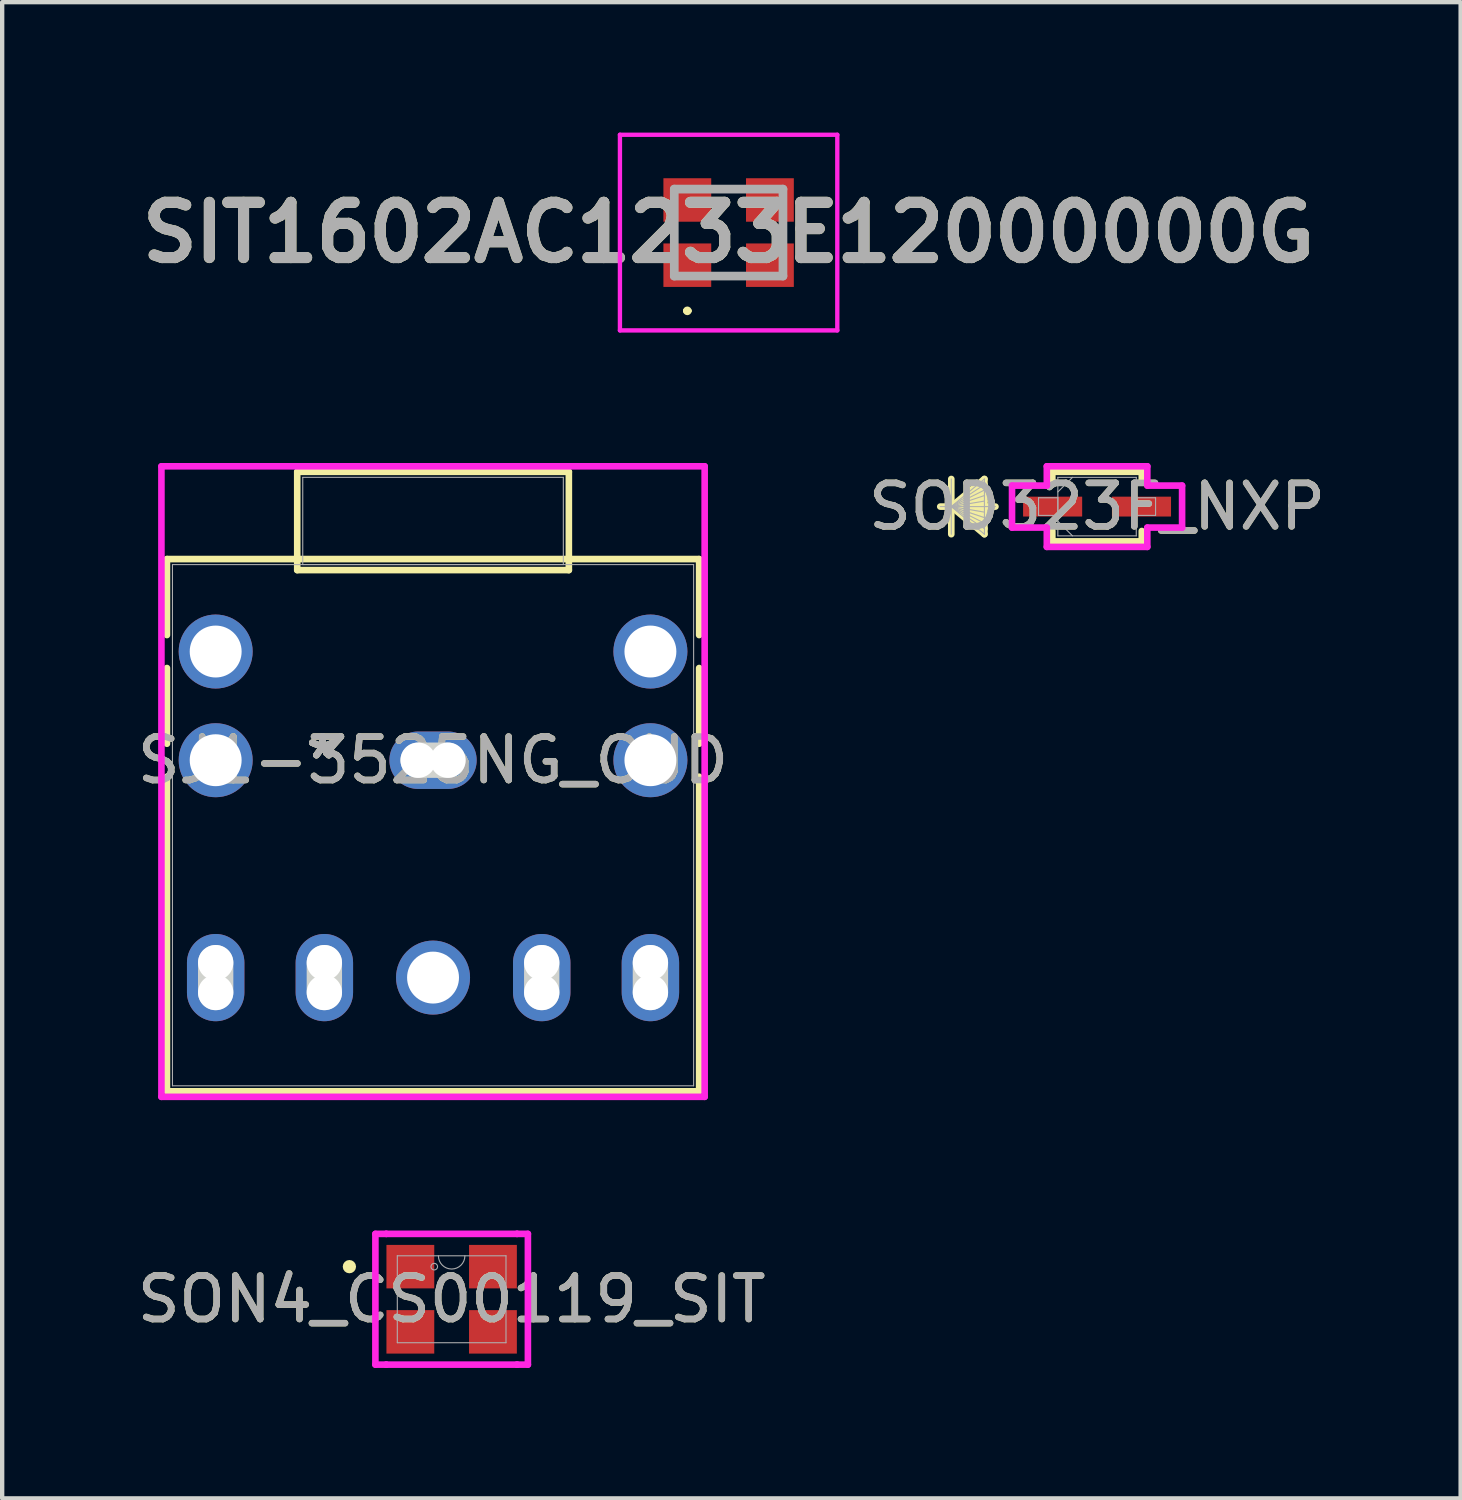
<source format=kicad_pcb>
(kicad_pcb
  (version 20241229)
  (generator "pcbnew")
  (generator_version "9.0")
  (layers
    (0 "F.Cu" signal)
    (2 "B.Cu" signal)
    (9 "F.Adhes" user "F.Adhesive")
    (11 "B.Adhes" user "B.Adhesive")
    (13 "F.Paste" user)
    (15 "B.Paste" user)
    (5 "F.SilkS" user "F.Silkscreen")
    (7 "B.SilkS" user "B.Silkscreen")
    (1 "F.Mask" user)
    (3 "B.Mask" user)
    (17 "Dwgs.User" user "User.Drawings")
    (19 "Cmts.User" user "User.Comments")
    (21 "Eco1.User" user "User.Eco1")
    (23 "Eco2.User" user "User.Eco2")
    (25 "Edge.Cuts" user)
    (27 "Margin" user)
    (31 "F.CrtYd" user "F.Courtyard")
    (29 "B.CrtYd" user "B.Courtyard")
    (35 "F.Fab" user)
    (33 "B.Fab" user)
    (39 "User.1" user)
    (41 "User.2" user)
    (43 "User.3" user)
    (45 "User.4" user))
  (footprint "SON4_CS00119_SIT"
    (layer "F.Cu")
    (at 7.339 26.836)
    (property "Reference" "SON4_CS00119_SIT" (at 0 0 0) (unlocked yes) (layer "F.SilkS") (effects (font (size 1 1) (thickness 0.15))))
    (attr smd)
    (fp_circle (center -2.352 -0.75) (end -2.275 -0.75) (stroke (width 0.152) (type solid)) (fill no) (layer "F.SilkS"))
    (fp_line (start -1.754 -1.504) (end -1.504 -1.504) (stroke (width 0.152) (type solid)) (layer "F.CrtYd"))
    (fp_line (start -1.754 1.504) (end -1.754 -1.504) (stroke (width 0.152) (type solid)) (layer "F.CrtYd"))
    (fp_line (start -1.754 1.504) (end -1.504 1.504) (stroke (width 0.152) (type solid)) (layer "F.CrtYd"))
    (fp_line (start -1.504 -1.504) (end -1.504 -1.504) (stroke (width 0.152) (type solid)) (layer "F.CrtYd"))
    (fp_line (start -1.504 -1.504) (end 1.504 -1.504) (stroke (width 0.152) (type solid)) (layer "F.CrtYd"))
    (fp_line (start -1.504 1.504) (end -1.504 1.504) (stroke (width 0.152) (type solid)) (layer "F.CrtYd"))
    (fp_line (start 1.504 -1.504) (end 1.504 -1.504) (stroke (width 0.152) (type solid)) (layer "F.CrtYd"))
    (fp_line (start 1.504 1.504) (end -1.504 1.504) (stroke (width 0.152) (type solid)) (layer "F.CrtYd"))
    (fp_line (start 1.504 1.504) (end 1.504 1.504) (stroke (width 0.152) (type solid)) (layer "F.CrtYd"))
    (fp_line (start 1.754 -1.504) (end 1.504 -1.504) (stroke (width 0.152) (type solid)) (layer "F.CrtYd"))
    (fp_line (start 1.754 -1.504) (end 1.754 1.504) (stroke (width 0.152) (type solid)) (layer "F.CrtYd"))
    (fp_line (start 1.754 1.504) (end 1.504 1.504) (stroke (width 0.152) (type solid)) (layer "F.CrtYd"))
    (fp_line (start -1.25 -1) (end -1.25 1) (stroke (width 0.025) (type solid)) (layer "F.Fab"))
    (fp_line (start -1.25 1) (end 1.25 1) (stroke (width 0.025) (type solid)) (layer "F.Fab"))
    (fp_line (start 1.25 -1) (end -1.25 -1) (stroke (width 0.025) (type solid)) (layer "F.Fab"))
    (fp_line (start 1.25 1) (end 1.25 -1) (stroke (width 0.025) (type solid)) (layer "F.Fab"))
    (fp_arc (start 0.3048 -1) (mid 0 -0.6952) (end -0.3048 -1) (stroke (width 0.0254) (type solid)) (layer "F.Fab"))
    (fp_circle (center -0.4 -0.75) (end -0.324 -0.75) (stroke (width 0.025) (type solid)) (fill no) (layer "F.Fab"))
    (fp_text user "${REFERENCE}" (at 0 0 0) (unlocked yes) (layer "F.Fab") (effects (font (size 1 1) (thickness 0.15))))
    (pad "1" smd rect (at -0.95 0.75) (size 1.1 1) (layers "F.Cu" "F.Mask" "F.Paste"))
    (pad "2" smd rect (at 0.95 0.75) (size 1.1 1) (layers "F.Cu" "F.Mask" "F.Paste"))
    (pad "3" smd rect (at 0.95 -0.75) (size 1.1 1) (layers "F.Cu" "F.Mask" "F.Paste"))
    (pad "4" smd rect (at -0.95 -0.75) (size 1.1 1) (layers "F.Cu" "F.Mask" "F.Paste")))
  (footprint "SIT1602AC1233E12000000G"
    (layer "F.Cu")
    (at 13.71 2.3)
    (property "Reference" "SIT1602AC1233E12000000G" (at 0 0 0) (layer "F.SilkS") (effects (font (size 1.27 1.27) (thickness 0.254))))
    (attr smd)
    (fp_line (start -1 1.8) (end -1 1.8) (stroke (width 0.1) (type solid)) (layer "F.SilkS"))
    (fp_line (start -0.9 1.8) (end -0.9 1.8) (stroke (width 0.1) (type solid)) (layer "F.SilkS"))
    (fp_arc (start -1 1.8) (mid -0.95 1.75) (end -0.9 1.8) (stroke (width 0.1) (type solid)) (layer "F.SilkS"))
    (fp_arc (start -0.9 1.8) (mid -0.95 1.85) (end -1 1.8) (stroke (width 0.1) (type solid)) (layer "F.SilkS"))
    (fp_line (start -2.5 -2.25) (end 2.5 -2.25) (stroke (width 0.1) (type solid)) (layer "F.CrtYd"))
    (fp_line (start -2.5 2.25) (end -2.5 -2.25) (stroke (width 0.1) (type solid)) (layer "F.CrtYd"))
    (fp_line (start 2.5 -2.25) (end 2.5 2.25) (stroke (width 0.1) (type solid)) (layer "F.CrtYd"))
    (fp_line (start 2.5 2.25) (end -2.5 2.25) (stroke (width 0.1) (type solid)) (layer "F.CrtYd"))
    (fp_line (start -1.25 -1) (end 1.25 -1) (stroke (width 0.2) (type solid)) (layer "F.Fab"))
    (fp_line (start -1.25 1) (end -1.25 -1) (stroke (width 0.2) (type solid)) (layer "F.Fab"))
    (fp_line (start 1.25 -1) (end 1.25 1) (stroke (width 0.2) (type solid)) (layer "F.Fab"))
    (fp_line (start 1.25 1) (end -1.25 1) (stroke (width 0.2) (type solid)) (layer "F.Fab"))
    (fp_text user "${REFERENCE}" (at 0 0 0) (layer "F.Fab") (effects (font (size 1.27 1.27) (thickness 0.254))))
    (pad "1" smd rect (at -0.95 0.75 90) (size 1 1.1) (layers "F.Cu" "F.Mask" "F.Paste"))
    (pad "2" smd rect (at 0.95 0.75 90) (size 1 1.1) (layers "F.Cu" "F.Mask" "F.Paste"))
    (pad "3" smd rect (at 0.95 -0.75 90) (size 1 1.1) (layers "F.Cu" "F.Mask" "F.Paste"))
    (pad "4" smd rect (at -0.95 -0.75 90) (size 1 1.1) (layers "F.Cu" "F.Mask" "F.Paste")))
  (footprint "SJ1-3525NG_CUD"
    (layer "F.Cu")
    (at 6.911 14.437)
    (property "Reference" "SJ1-3525NG_CUD" (at 0 0 0) (unlocked yes) (layer "F.SilkS") (effects (font (size 1 1) (thickness 0.15))))
    (attr through_hole)
    (fp_line (start -6.121 -4.627) (end -6.121 -2.879) (stroke (width 0.152) (type solid)) (layer "F.SilkS"))
    (fp_line (start -6.121 -2.121) (end -6.121 -0.379) (stroke (width 0.152) (type solid)) (layer "F.SilkS"))
    (fp_line (start -6.121 0.379) (end -6.121 7.616) (stroke (width 0.152) (type solid)) (layer "F.SilkS"))
    (fp_line (start -6.121 7.616) (end 6.121 7.616) (stroke (width 0.152) (type solid)) (layer "F.SilkS"))
    (fp_line (start -3.124 -6.634) (end -3.124 -4.373) (stroke (width 0.152) (type solid)) (layer "F.SilkS"))
    (fp_line (start -3.124 -4.373) (end 3.124 -4.373) (stroke (width 0.152) (type solid)) (layer "F.SilkS"))
    (fp_line (start 3.124 -6.634) (end -3.124 -6.634) (stroke (width 0.152) (type solid)) (layer "F.SilkS"))
    (fp_line (start 3.124 -4.373) (end 3.124 -6.634) (stroke (width 0.152) (type solid)) (layer "F.SilkS"))
    (fp_line (start 6.121 -4.627) (end -6.121 -4.627) (stroke (width 0.152) (type solid)) (layer "F.SilkS"))
    (fp_line (start 6.121 -2.879) (end 6.121 -4.627) (stroke (width 0.152) (type solid)) (layer "F.SilkS"))
    (fp_line (start 6.121 -0.379) (end 6.121 -2.121) (stroke (width 0.152) (type solid)) (layer "F.SilkS"))
    (fp_line (start 6.121 7.616) (end 6.121 0.379) (stroke (width 0.152) (type solid)) (layer "F.SilkS"))
    (fp_line (start -5 5.343) (end -5 4.657) (stroke (width 0.813) (type solid)) (layer "Edge.Cuts"))
    (fp_line (start -2.5 5.343) (end -2.5 4.657) (stroke (width 0.813) (type solid)) (layer "Edge.Cuts"))
    (fp_line (start -0.343 0) (end 0.343 0) (stroke (width 0.813) (type solid)) (layer "Edge.Cuts"))
    (fp_line (start 2.5 5.343) (end 2.5 4.657) (stroke (width 0.813) (type solid)) (layer "Edge.Cuts"))
    (fp_line (start 5 5.343) (end 5 4.657) (stroke (width 0.813) (type solid)) (layer "Edge.Cuts"))
    (fp_line (start -6.248 -6.761) (end -6.248 7.743) (stroke (width 0.152) (type solid)) (layer "F.CrtYd"))
    (fp_line (start -6.248 7.743) (end 6.248 7.743) (stroke (width 0.152) (type solid)) (layer "F.CrtYd"))
    (fp_line (start 6.248 -6.761) (end -6.248 -6.761) (stroke (width 0.152) (type solid)) (layer "F.CrtYd"))
    (fp_line (start 6.248 7.743) (end 6.248 -6.761) (stroke (width 0.152) (type solid)) (layer "F.CrtYd"))
    (fp_line (start -5.994 -4.5) (end -5.994 7.489) (stroke (width 0.025) (type solid)) (layer "F.Fab"))
    (fp_line (start -5.994 7.489) (end 5.994 7.489) (stroke (width 0.025) (type solid)) (layer "F.Fab"))
    (fp_line (start -2.997 -6.507) (end -2.997 -4.5) (stroke (width 0.025) (type solid)) (layer "F.Fab"))
    (fp_line (start -2.997 -4.5) (end 2.997 -4.5) (stroke (width 0.025) (type solid)) (layer "F.Fab"))
    (fp_line (start 2.997 -6.507) (end -2.997 -6.507) (stroke (width 0.025) (type solid)) (layer "F.Fab"))
    (fp_line (start 2.997 -4.5) (end 2.997 -6.507) (stroke (width 0.025) (type solid)) (layer "F.Fab"))
    (fp_line (start 5.994 -4.5) (end -5.994 -4.5) (stroke (width 0.025) (type solid)) (layer "F.Fab"))
    (fp_line (start 5.994 7.489) (end 5.994 -4.5) (stroke (width 0.025) (type solid)) (layer "F.Fab"))
    (fp_text user "*" (at -2.54 0 0) (layer "F.SilkS") (effects (font (size 1 1) (thickness 0.15))))
    (fp_text user "*" (at -2.54 0 0) (unlocked yes) (layer "F.SilkS") (effects (font (size 1 1) (thickness 0.15))))
    (fp_text user "*" (at -2.54 0 0) (layer "F.Fab") (effects (font (size 1 1) (thickness 0.15))))
    (fp_text user "*" (at -2.54 0 0) (unlocked yes) (layer "F.Fab") (effects (font (size 1 1) (thickness 0.15))))
    (fp_text user "${REFERENCE}" (at 0 0 0) (unlocked yes) (layer "F.Fab") (effects (font (size 1 1) (thickness 0.15))))
    (pad "" np_thru_hole circle (at -5 4.657) (size 0.813 0.813) (drill 0.813) (layers "*.Cu" "*.Mask"))
    (pad "" np_thru_hole circle (at -5 5.343) (size 0.813 0.813) (drill 0.813) (layers "*.Cu" "*.Mask"))
    (pad "" np_thru_hole circle (at -2.5 4.657) (size 0.813 0.813) (drill 0.813) (layers "*.Cu" "*.Mask"))
    (pad "" np_thru_hole circle (at -2.5 5.343) (size 0.813 0.813) (drill 0.813) (layers "*.Cu" "*.Mask"))
    (pad "" np_thru_hole circle (at -0.343 0) (size 0.813 0.813) (drill 0.813) (layers "*.Cu" "*.Mask"))
    (pad "" np_thru_hole circle (at 0.343 0) (size 0.813 0.813) (drill 0.813) (layers "*.Cu" "*.Mask"))
    (pad "" np_thru_hole circle (at 2.5 4.657) (size 0.813 0.813) (drill 0.813) (layers "*.Cu" "*.Mask"))
    (pad "" np_thru_hole circle (at 2.5 5.343) (size 0.813 0.813) (drill 0.813) (layers "*.Cu" "*.Mask"))
    (pad "" np_thru_hole circle (at 5 4.657) (size 0.813 0.813) (drill 0.813) (layers "*.Cu" "*.Mask"))
    (pad "" np_thru_hole circle (at 5 5.343) (size 0.813 0.813) (drill 0.813) (layers "*.Cu" "*.Mask"))
    (pad "1" thru_hole oval (at 0 0) (size 2.007 1.321) (drill 0.025) (layers "*.Cu" "*.Mask"))
    (pad "2" thru_hole oval (at -5 5 90) (size 2.007 1.321) (drill 0.025) (layers "*.Cu" "*.Mask"))
    (pad "3" thru_hole oval (at 5 5 90) (size 2.007 1.321) (drill 0.025) (layers "*.Cu" "*.Mask"))
    (pad "4" thru_hole oval (at -2.5 5 90) (size 2.007 1.321) (drill 0.025) (layers "*.Cu" "*.Mask"))
    (pad "5" thru_hole oval (at 2.5 5 90) (size 2.007 1.321) (drill 0.025) (layers "*.Cu" "*.Mask"))
    (pad "6" thru_hole circle (at -5 -2.5) (size 1.702 1.702) (drill 1.194) (layers "*.Cu" "*.Mask"))
    (pad "7" thru_hole circle (at 5 -2.5) (size 1.702 1.702) (drill 1.194) (layers "*.Cu" "*.Mask"))
    (pad "8" thru_hole circle (at -5 0) (size 1.702 1.702) (drill 1.194) (layers "*.Cu" "*.Mask"))
    (pad "9" thru_hole circle (at 5 0) (size 1.702 1.702) (drill 1.194) (layers "*.Cu" "*.Mask"))
    (pad "10" thru_hole circle (at 0 5) (size 1.702 1.702) (drill 1.194) (layers "*.Cu" "*.Mask")))
  (footprint "SOD323F_NXP"
    (layer "F.Cu")
    (at 22.185 8.603)
    (property "Reference" "SOD323F_NXP" (at 0 0 0) (unlocked yes) (layer "F.SilkS") (effects (font (size 1 1) (thickness 0.15))))
    (attr smd)
    (fp_line (start -3.353 -0.635) (end -3.353 0.635) (stroke (width 0.152) (type solid)) (layer "F.SilkS"))
    (fp_line (start -3.353 0) (end -2.591 -0.635) (stroke (width 0.152) (type solid)) (layer "F.SilkS"))
    (fp_line (start -3.353 0) (end -2.591 -0.508) (stroke (width 0.152) (type solid)) (layer "F.SilkS"))
    (fp_line (start -3.353 0) (end -2.591 -0.381) (stroke (width 0.152) (type solid)) (layer "F.SilkS"))
    (fp_line (start -3.353 0) (end -2.591 -0.254) (stroke (width 0.152) (type solid)) (layer "F.SilkS"))
    (fp_line (start -3.353 0) (end -2.591 -0.127) (stroke (width 0.152) (type solid)) (layer "F.SilkS"))
    (fp_line (start -3.353 0) (end -2.591 0.127) (stroke (width 0.152) (type solid)) (layer "F.SilkS"))
    (fp_line (start -3.353 0) (end -2.591 0.254) (stroke (width 0.152) (type solid)) (layer "F.SilkS"))
    (fp_line (start -3.353 0) (end -2.591 0.381) (stroke (width 0.152) (type solid)) (layer "F.SilkS"))
    (fp_line (start -3.353 0) (end -2.591 0.508) (stroke (width 0.152) (type solid)) (layer "F.SilkS"))
    (fp_line (start -3.353 0) (end -2.591 0.635) (stroke (width 0.152) (type solid)) (layer "F.SilkS"))
    (fp_line (start -2.591 -0.635) (end -2.591 0.635) (stroke (width 0.152) (type solid)) (layer "F.SilkS"))
    (fp_line (start -2.337 0) (end -3.607 0) (stroke (width 0.152) (type solid)) (layer "F.SilkS"))
    (fp_line (start -1.029 -0.8) (end -1.029 -0.561) (stroke (width 0.152) (type solid)) (layer "F.SilkS"))
    (fp_line (start -1.029 0.561) (end -1.029 0.8) (stroke (width 0.152) (type solid)) (layer "F.SilkS"))
    (fp_line (start -1.029 0.8) (end 1.029 0.8) (stroke (width 0.152) (type solid)) (layer "F.SilkS"))
    (fp_line (start 1.029 -0.8) (end -1.029 -0.8) (stroke (width 0.152) (type solid)) (layer "F.SilkS"))
    (fp_line (start 1.029 -0.561) (end 1.029 -0.8) (stroke (width 0.152) (type solid)) (layer "F.SilkS"))
    (fp_line (start 1.029 0.8) (end 1.029 0.561) (stroke (width 0.152) (type solid)) (layer "F.SilkS"))
    (fp_line (start -1.956 -0.483) (end -1.156 -0.483) (stroke (width 0.152) (type solid)) (layer "F.CrtYd"))
    (fp_line (start -1.956 0.483) (end -1.956 -0.483) (stroke (width 0.152) (type solid)) (layer "F.CrtYd"))
    (fp_line (start -1.156 -0.927) (end 1.156 -0.927) (stroke (width 0.152) (type solid)) (layer "F.CrtYd"))
    (fp_line (start -1.156 -0.483) (end -1.156 -0.927) (stroke (width 0.152) (type solid)) (layer "F.CrtYd"))
    (fp_line (start -1.156 0.483) (end -1.956 0.483) (stroke (width 0.152) (type solid)) (layer "F.CrtYd"))
    (fp_line (start -1.156 0.927) (end -1.156 0.483) (stroke (width 0.152) (type solid)) (layer "F.CrtYd"))
    (fp_line (start 1.156 -0.927) (end 1.156 -0.483) (stroke (width 0.152) (type solid)) (layer "F.CrtYd"))
    (fp_line (start 1.156 -0.483) (end 1.956 -0.483) (stroke (width 0.152) (type solid)) (layer "F.CrtYd"))
    (fp_line (start 1.156 0.483) (end 1.156 0.927) (stroke (width 0.152) (type solid)) (layer "F.CrtYd"))
    (fp_line (start 1.156 0.927) (end -1.156 0.927) (stroke (width 0.152) (type solid)) (layer "F.CrtYd"))
    (fp_line (start 1.956 -0.483) (end 1.956 0.483) (stroke (width 0.152) (type solid)) (layer "F.CrtYd"))
    (fp_line (start 1.956 0.483) (end 1.156 0.483) (stroke (width 0.152) (type solid)) (layer "F.CrtYd"))
    (fp_line (start -3.353 -0.635) (end -3.353 0.635) (stroke (width 0.025) (type solid)) (layer "F.Fab"))
    (fp_line (start -3.353 0) (end -2.591 -0.635) (stroke (width 0.025) (type solid)) (layer "F.Fab"))
    (fp_line (start -3.353 0) (end -2.591 -0.508) (stroke (width 0.025) (type solid)) (layer "F.Fab"))
    (fp_line (start -3.353 0) (end -2.591 -0.381) (stroke (width 0.025) (type solid)) (layer "F.Fab"))
    (fp_line (start -3.353 0) (end -2.591 -0.254) (stroke (width 0.025) (type solid)) (layer "F.Fab"))
    (fp_line (start -3.353 0) (end -2.591 -0.127) (stroke (width 0.025) (type solid)) (layer "F.Fab"))
    (fp_line (start -3.353 0) (end -2.591 0.127) (stroke (width 0.025) (type solid)) (layer "F.Fab"))
    (fp_line (start -3.353 0) (end -2.591 0.254) (stroke (width 0.025) (type solid)) (layer "F.Fab"))
    (fp_line (start -3.353 0) (end -2.591 0.381) (stroke (width 0.025) (type solid)) (layer "F.Fab"))
    (fp_line (start -3.353 0) (end -2.591 0.508) (stroke (width 0.025) (type solid)) (layer "F.Fab"))
    (fp_line (start -3.353 0) (end -2.591 0.635) (stroke (width 0.025) (type solid)) (layer "F.Fab"))
    (fp_line (start -2.591 -0.635) (end -2.591 0.635) (stroke (width 0.025) (type solid)) (layer "F.Fab"))
    (fp_line (start -2.337 0) (end -3.607 0) (stroke (width 0.025) (type solid)) (layer "F.Fab"))
    (fp_line (start -1.346 -0.203) (end -1.346 0.203) (stroke (width 0.025) (type solid)) (layer "F.Fab"))
    (fp_line (start -1.346 0.203) (end -0.902 0.203) (stroke (width 0.025) (type solid)) (layer "F.Fab"))
    (fp_line (start -0.902 -0.673) (end -0.902 0.673) (stroke (width 0.025) (type solid)) (layer "F.Fab"))
    (fp_line (start -0.902 -0.337) (end -0.565 -0.673) (stroke (width 0.025) (type solid)) (layer "F.Fab"))
    (fp_line (start -0.902 -0.203) (end -1.346 -0.203) (stroke (width 0.025) (type solid)) (layer "F.Fab"))
    (fp_line (start -0.902 0.203) (end -0.902 -0.203) (stroke (width 0.025) (type solid)) (layer "F.Fab"))
    (fp_line (start -0.902 0.337) (end -0.565 0.673) (stroke (width 0.025) (type solid)) (layer "F.Fab"))
    (fp_line (start -0.902 0.673) (end 0.902 0.673) (stroke (width 0.025) (type solid)) (layer "F.Fab"))
    (fp_line (start 0.902 -0.673) (end -0.902 -0.673) (stroke (width 0.025) (type solid)) (layer "F.Fab"))
    (fp_line (start 0.902 -0.203) (end 0.902 0.203) (stroke (width 0.025) (type solid)) (layer "F.Fab"))
    (fp_line (start 0.902 0.203) (end 1.346 0.203) (stroke (width 0.025) (type solid)) (layer "F.Fab"))
    (fp_line (start 0.902 0.673) (end 0.902 -0.673) (stroke (width 0.025) (type solid)) (layer "F.Fab"))
    (fp_line (start 1.346 -0.203) (end 0.902 -0.203) (stroke (width 0.025) (type solid)) (layer "F.Fab"))
    (fp_line (start 1.346 0.203) (end 1.346 -0.203) (stroke (width 0.025) (type solid)) (layer "F.Fab"))
    (fp_text user "${REFERENCE}" (at 0 0 0) (unlocked yes) (layer "F.Fab") (effects (font (size 1 1) (thickness 0.15))))
    (pad "1" smd rect (at -1.022 0) (size 1.359 0.457) (layers "F.Cu" "F.Mask" "F.Paste"))
    (pad "2" smd rect (at 1.022 0) (size 1.359 0.457) (layers "F.Cu" "F.Mask" "F.Paste")))
  (gr_rect
    (start -3 -3)
    (end 30.548 31.416)
    (stroke (width 0.1) (type default))
    (fill no)
    (layer "Edge.Cuts")))
</source>
